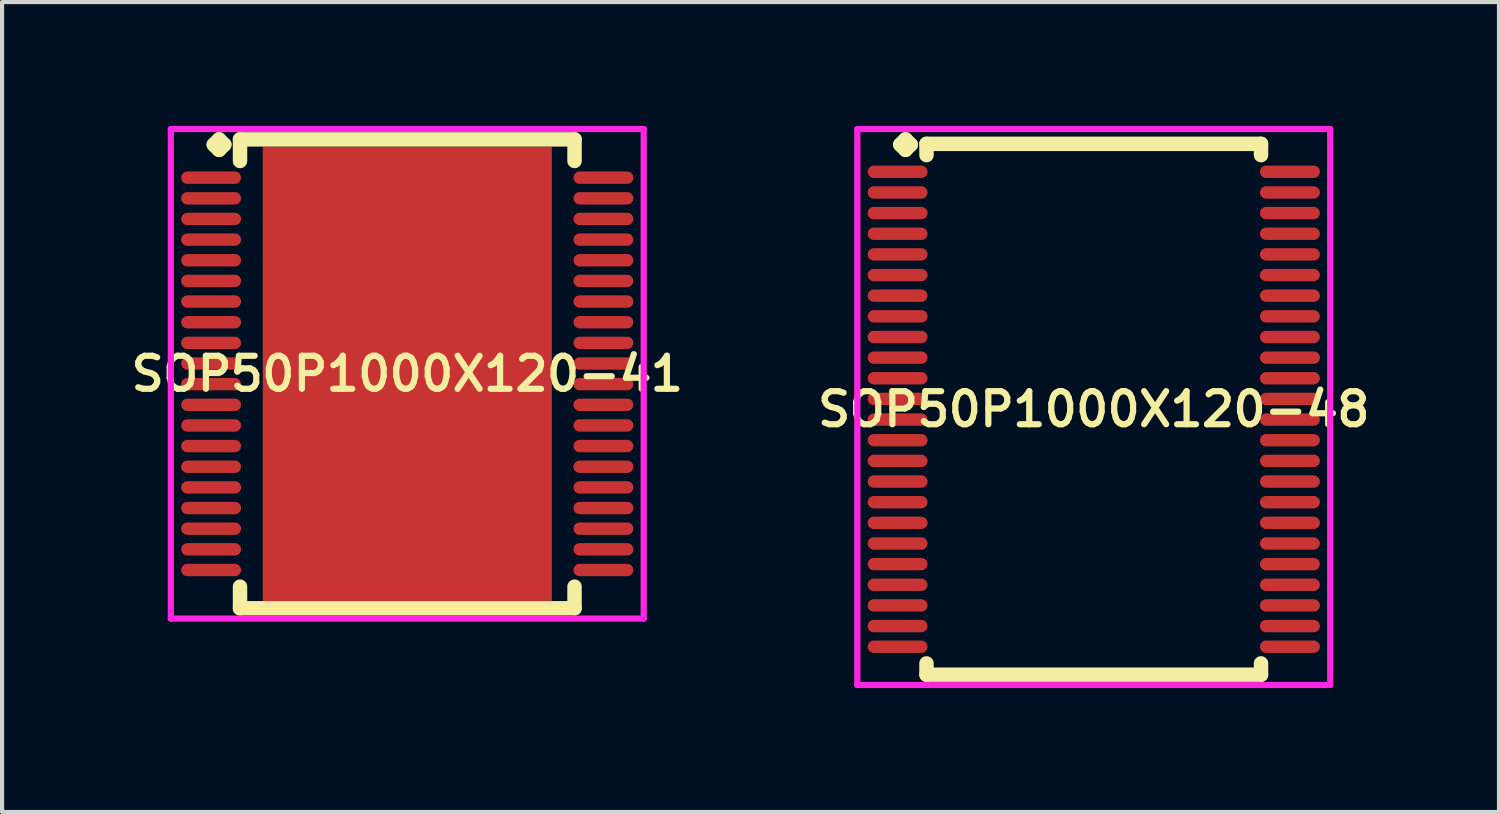
<source format=kicad_pcb>
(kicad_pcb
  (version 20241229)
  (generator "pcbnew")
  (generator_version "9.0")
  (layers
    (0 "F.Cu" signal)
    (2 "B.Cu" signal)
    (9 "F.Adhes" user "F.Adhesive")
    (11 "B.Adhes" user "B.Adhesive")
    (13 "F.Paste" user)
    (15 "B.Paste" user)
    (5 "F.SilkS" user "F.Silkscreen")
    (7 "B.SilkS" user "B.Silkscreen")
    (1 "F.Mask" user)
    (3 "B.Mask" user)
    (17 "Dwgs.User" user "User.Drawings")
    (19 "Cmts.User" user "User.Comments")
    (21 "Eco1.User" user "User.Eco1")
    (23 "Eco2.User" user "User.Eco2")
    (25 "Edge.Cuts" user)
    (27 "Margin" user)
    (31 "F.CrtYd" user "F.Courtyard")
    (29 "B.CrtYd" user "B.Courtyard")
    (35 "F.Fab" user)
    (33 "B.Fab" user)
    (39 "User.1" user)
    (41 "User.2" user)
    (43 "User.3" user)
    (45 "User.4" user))
  (footprint "SOP50P1000X120-48"
    (layer "F.Cu")
    (at 23.435 6.86)
    (property "Reference" "SOP50P1000X120-48" (at 0 0 0) (layer "F.SilkS") (effects (font (size 0.8 0.8) (thickness 0.15))))
    (attr smd)
    (fp_line (start -4.685 -6.408) (end -4.558 -6.535) (stroke (width 0.35) (type solid)) (layer "F.SilkS"))
    (fp_line (start -4.558 -6.535) (end -4.431 -6.408) (stroke (width 0.35) (type solid)) (layer "F.SilkS"))
    (fp_line (start -4.558 -6.281) (end -4.685 -6.408) (stroke (width 0.35) (type solid)) (layer "F.SilkS"))
    (fp_line (start -4.431 -6.408) (end -4.558 -6.281) (stroke (width 0.35) (type solid)) (layer "F.SilkS"))
    (fp_line (start -4.05 -6.427) (end 4.05 -6.427) (stroke (width 0.35) (type solid)) (layer "F.SilkS"))
    (fp_line (start -4.05 -6.154) (end -4.05 -6.427) (stroke (width 0.35) (type solid)) (layer "F.SilkS"))
    (fp_line (start -4.05 6.154) (end -4.05 6.427) (stroke (width 0.35) (type solid)) (layer "F.SilkS"))
    (fp_line (start -4.05 6.427) (end 4.05 6.427) (stroke (width 0.35) (type solid)) (layer "F.SilkS"))
    (fp_line (start 4.05 -6.427) (end 4.05 -6.154) (stroke (width 0.35) (type solid)) (layer "F.SilkS"))
    (fp_line (start 4.05 6.427) (end 4.05 6.154) (stroke (width 0.35) (type solid)) (layer "F.SilkS"))
    (fp_line (start -5.725 -6.785) (end 5.725 -6.785) (stroke (width 0.15) (type solid)) (layer "F.CrtYd"))
    (fp_line (start -5.725 6.677) (end -5.725 -6.785) (stroke (width 0.15) (type solid)) (layer "F.CrtYd"))
    (fp_line (start 5.725 -6.785) (end 5.725 6.677) (stroke (width 0.15) (type solid)) (layer "F.CrtYd"))
    (fp_line (start 5.725 6.677) (end -5.725 6.677) (stroke (width 0.15) (type solid)) (layer "F.CrtYd"))
    (pad "1" smd oval (at -4.75 -5.75) (size 1.45 0.3) (layers "F.Cu" "F.Mask" "F.Paste"))
    (pad "2" smd oval (at -4.75 -5.25) (size 1.45 0.3) (layers "F.Cu" "F.Mask" "F.Paste"))
    (pad "3" smd oval (at -4.75 -4.75) (size 1.45 0.3) (layers "F.Cu" "F.Mask" "F.Paste"))
    (pad "4" smd oval (at -4.75 -4.25) (size 1.45 0.3) (layers "F.Cu" "F.Mask" "F.Paste"))
    (pad "5" smd oval (at -4.75 -3.75) (size 1.45 0.3) (layers "F.Cu" "F.Mask" "F.Paste"))
    (pad "6" smd oval (at -4.75 -3.25) (size 1.45 0.3) (layers "F.Cu" "F.Mask" "F.Paste"))
    (pad "7" smd oval (at -4.75 -2.75) (size 1.45 0.3) (layers "F.Cu" "F.Mask" "F.Paste"))
    (pad "8" smd oval (at -4.75 -2.25) (size 1.45 0.3) (layers "F.Cu" "F.Mask" "F.Paste"))
    (pad "9" smd oval (at -4.75 -1.75) (size 1.45 0.3) (layers "F.Cu" "F.Mask" "F.Paste"))
    (pad "10" smd oval (at -4.75 -1.25) (size 1.45 0.3) (layers "F.Cu" "F.Mask" "F.Paste"))
    (pad "11" smd oval (at -4.75 -0.75) (size 1.45 0.3) (layers "F.Cu" "F.Mask" "F.Paste"))
    (pad "12" smd oval (at -4.75 -0.25) (size 1.45 0.3) (layers "F.Cu" "F.Mask" "F.Paste"))
    (pad "13" smd oval (at -4.75 0.25) (size 1.45 0.3) (layers "F.Cu" "F.Mask" "F.Paste"))
    (pad "14" smd oval (at -4.75 0.75) (size 1.45 0.3) (layers "F.Cu" "F.Mask" "F.Paste"))
    (pad "15" smd oval (at -4.75 1.25) (size 1.45 0.3) (layers "F.Cu" "F.Mask" "F.Paste"))
    (pad "16" smd oval (at -4.75 1.75) (size 1.45 0.3) (layers "F.Cu" "F.Mask" "F.Paste"))
    (pad "17" smd oval (at -4.75 2.25) (size 1.45 0.3) (layers "F.Cu" "F.Mask" "F.Paste"))
    (pad "18" smd oval (at -4.75 2.75) (size 1.45 0.3) (layers "F.Cu" "F.Mask" "F.Paste"))
    (pad "19" smd oval (at -4.75 3.25) (size 1.45 0.3) (layers "F.Cu" "F.Mask" "F.Paste"))
    (pad "20" smd oval (at -4.75 3.75) (size 1.45 0.3) (layers "F.Cu" "F.Mask" "F.Paste"))
    (pad "21" smd oval (at -4.75 4.25) (size 1.45 0.3) (layers "F.Cu" "F.Mask" "F.Paste"))
    (pad "22" smd oval (at -4.75 4.75) (size 1.45 0.3) (layers "F.Cu" "F.Mask" "F.Paste"))
    (pad "23" smd oval (at -4.75 5.25) (size 1.45 0.3) (layers "F.Cu" "F.Mask" "F.Paste"))
    (pad "24" smd oval (at -4.75 5.75) (size 1.45 0.3) (layers "F.Cu" "F.Mask" "F.Paste"))
    (pad "25" smd oval (at 4.75 5.75) (size 1.45 0.3) (layers "F.Cu" "F.Mask" "F.Paste"))
    (pad "26" smd oval (at 4.75 5.25) (size 1.45 0.3) (layers "F.Cu" "F.Mask" "F.Paste"))
    (pad "27" smd oval (at 4.75 4.75) (size 1.45 0.3) (layers "F.Cu" "F.Mask" "F.Paste"))
    (pad "28" smd oval (at 4.75 4.25) (size 1.45 0.3) (layers "F.Cu" "F.Mask" "F.Paste"))
    (pad "29" smd oval (at 4.75 3.75) (size 1.45 0.3) (layers "F.Cu" "F.Mask" "F.Paste"))
    (pad "30" smd oval (at 4.75 3.25) (size 1.45 0.3) (layers "F.Cu" "F.Mask" "F.Paste"))
    (pad "31" smd oval (at 4.75 2.75) (size 1.45 0.3) (layers "F.Cu" "F.Mask" "F.Paste"))
    (pad "32" smd oval (at 4.75 2.25) (size 1.45 0.3) (layers "F.Cu" "F.Mask" "F.Paste"))
    (pad "33" smd oval (at 4.75 1.75) (size 1.45 0.3) (layers "F.Cu" "F.Mask" "F.Paste"))
    (pad "34" smd oval (at 4.75 1.25) (size 1.45 0.3) (layers "F.Cu" "F.Mask" "F.Paste"))
    (pad "35" smd oval (at 4.75 0.75) (size 1.45 0.3) (layers "F.Cu" "F.Mask" "F.Paste"))
    (pad "36" smd oval (at 4.75 0.25) (size 1.45 0.3) (layers "F.Cu" "F.Mask" "F.Paste"))
    (pad "37" smd oval (at 4.75 -0.25) (size 1.45 0.3) (layers "F.Cu" "F.Mask" "F.Paste"))
    (pad "38" smd oval (at 4.75 -0.75) (size 1.45 0.3) (layers "F.Cu" "F.Mask" "F.Paste"))
    (pad "39" smd oval (at 4.75 -1.25) (size 1.45 0.3) (layers "F.Cu" "F.Mask" "F.Paste"))
    (pad "40" smd oval (at 4.75 -1.75) (size 1.45 0.3) (layers "F.Cu" "F.Mask" "F.Paste"))
    (pad "41" smd oval (at 4.75 -2.25) (size 1.45 0.3) (layers "F.Cu" "F.Mask" "F.Paste"))
    (pad "42" smd oval (at 4.75 -2.75) (size 1.45 0.3) (layers "F.Cu" "F.Mask" "F.Paste"))
    (pad "43" smd oval (at 4.75 -3.25) (size 1.45 0.3) (layers "F.Cu" "F.Mask" "F.Paste"))
    (pad "44" smd oval (at 4.75 -3.75) (size 1.45 0.3) (layers "F.Cu" "F.Mask" "F.Paste"))
    (pad "45" smd oval (at 4.75 -4.25) (size 1.45 0.3) (layers "F.Cu" "F.Mask" "F.Paste"))
    (pad "46" smd oval (at 4.75 -4.75) (size 1.45 0.3) (layers "F.Cu" "F.Mask" "F.Paste"))
    (pad "47" smd oval (at 4.75 -5.25) (size 1.45 0.3) (layers "F.Cu" "F.Mask" "F.Paste"))
    (pad "48" smd oval (at 4.75 -5.75) (size 1.45 0.3) (layers "F.Cu" "F.Mask" "F.Paste")))
  (footprint "SOP50P1000X120-41"
    (layer "F.Cu")
    (at 6.812 6.002)
    (property "Reference" "SOP50P1000X120-41" (at 0 0 0) (layer "F.SilkS") (effects (font (size 0.8 0.8) (thickness 0.15))))
    (attr smd)
    (fp_line (start -4.685 -5.55) (end -4.558 -5.677) (stroke (width 0.35) (type solid)) (layer "F.SilkS"))
    (fp_line (start -4.558 -5.677) (end -4.431 -5.55) (stroke (width 0.35) (type solid)) (layer "F.SilkS"))
    (fp_line (start -4.558 -5.423) (end -4.685 -5.55) (stroke (width 0.35) (type solid)) (layer "F.SilkS"))
    (fp_line (start -4.431 -5.55) (end -4.558 -5.423) (stroke (width 0.35) (type solid)) (layer "F.SilkS"))
    (fp_line (start -4.05 -5.677) (end 4.05 -5.677) (stroke (width 0.35) (type solid)) (layer "F.SilkS"))
    (fp_line (start -4.05 -5.154) (end -4.05 -5.677) (stroke (width 0.35) (type solid)) (layer "F.SilkS"))
    (fp_line (start -4.05 5.154) (end -4.05 5.677) (stroke (width 0.35) (type solid)) (layer "F.SilkS"))
    (fp_line (start -4.05 5.677) (end 4.05 5.677) (stroke (width 0.35) (type solid)) (layer "F.SilkS"))
    (fp_line (start 4.05 -5.677) (end 4.05 -5.154) (stroke (width 0.35) (type solid)) (layer "F.SilkS"))
    (fp_line (start 4.05 5.677) (end 4.05 5.154) (stroke (width 0.35) (type solid)) (layer "F.SilkS"))
    (fp_line (start -5.725 -5.927) (end 5.725 -5.927) (stroke (width 0.15) (type solid)) (layer "F.CrtYd"))
    (fp_line (start -5.725 5.927) (end -5.725 -5.927) (stroke (width 0.15) (type solid)) (layer "F.CrtYd"))
    (fp_line (start 5.725 -5.927) (end 5.725 5.927) (stroke (width 0.15) (type solid)) (layer "F.CrtYd"))
    (fp_line (start 5.725 5.927) (end -5.725 5.927) (stroke (width 0.15) (type solid)) (layer "F.CrtYd"))
    (pad "1" smd oval (at -4.75 -4.75) (size 1.45 0.3) (layers "F.Cu" "F.Mask" "F.Paste"))
    (pad "2" smd oval (at -4.75 -4.25) (size 1.45 0.3) (layers "F.Cu" "F.Mask" "F.Paste"))
    (pad "3" smd oval (at -4.75 -3.75) (size 1.45 0.3) (layers "F.Cu" "F.Mask" "F.Paste"))
    (pad "4" smd oval (at -4.75 -3.25) (size 1.45 0.3) (layers "F.Cu" "F.Mask" "F.Paste"))
    (pad "5" smd oval (at -4.75 -2.75) (size 1.45 0.3) (layers "F.Cu" "F.Mask" "F.Paste"))
    (pad "6" smd oval (at -4.75 -2.25) (size 1.45 0.3) (layers "F.Cu" "F.Mask" "F.Paste"))
    (pad "7" smd oval (at -4.75 -1.75) (size 1.45 0.3) (layers "F.Cu" "F.Mask" "F.Paste"))
    (pad "8" smd oval (at -4.75 -1.25) (size 1.45 0.3) (layers "F.Cu" "F.Mask" "F.Paste"))
    (pad "9" smd oval (at -4.75 -0.75) (size 1.45 0.3) (layers "F.Cu" "F.Mask" "F.Paste"))
    (pad "10" smd oval (at -4.75 -0.25) (size 1.45 0.3) (layers "F.Cu" "F.Mask" "F.Paste"))
    (pad "11" smd oval (at -4.75 0.25) (size 1.45 0.3) (layers "F.Cu" "F.Mask" "F.Paste"))
    (pad "12" smd oval (at -4.75 0.75) (size 1.45 0.3) (layers "F.Cu" "F.Mask" "F.Paste"))
    (pad "13" smd oval (at -4.75 1.25) (size 1.45 0.3) (layers "F.Cu" "F.Mask" "F.Paste"))
    (pad "14" smd oval (at -4.75 1.75) (size 1.45 0.3) (layers "F.Cu" "F.Mask" "F.Paste"))
    (pad "15" smd oval (at -4.75 2.25) (size 1.45 0.3) (layers "F.Cu" "F.Mask" "F.Paste"))
    (pad "16" smd oval (at -4.75 2.75) (size 1.45 0.3) (layers "F.Cu" "F.Mask" "F.Paste"))
    (pad "17" smd oval (at -4.75 3.25) (size 1.45 0.3) (layers "F.Cu" "F.Mask" "F.Paste"))
    (pad "18" smd oval (at -4.75 3.75) (size 1.45 0.3) (layers "F.Cu" "F.Mask" "F.Paste"))
    (pad "19" smd oval (at -4.75 4.25) (size 1.45 0.3) (layers "F.Cu" "F.Mask" "F.Paste"))
    (pad "20" smd oval (at -4.75 4.75) (size 1.45 0.3) (layers "F.Cu" "F.Mask" "F.Paste"))
    (pad "21" smd oval (at 4.75 4.75) (size 1.45 0.3) (layers "F.Cu" "F.Mask" "F.Paste"))
    (pad "22" smd oval (at 4.75 4.25) (size 1.45 0.3) (layers "F.Cu" "F.Mask" "F.Paste"))
    (pad "23" smd oval (at 4.75 3.75) (size 1.45 0.3) (layers "F.Cu" "F.Mask" "F.Paste"))
    (pad "24" smd oval (at 4.75 3.25) (size 1.45 0.3) (layers "F.Cu" "F.Mask" "F.Paste"))
    (pad "25" smd oval (at 4.75 2.75) (size 1.45 0.3) (layers "F.Cu" "F.Mask" "F.Paste"))
    (pad "26" smd oval (at 4.75 2.25) (size 1.45 0.3) (layers "F.Cu" "F.Mask" "F.Paste"))
    (pad "27" smd oval (at 4.75 1.75) (size 1.45 0.3) (layers "F.Cu" "F.Mask" "F.Paste"))
    (pad "28" smd oval (at 4.75 1.25) (size 1.45 0.3) (layers "F.Cu" "F.Mask" "F.Paste"))
    (pad "29" smd oval (at 4.75 0.75) (size 1.45 0.3) (layers "F.Cu" "F.Mask" "F.Paste"))
    (pad "30" smd oval (at 4.75 0.25) (size 1.45 0.3) (layers "F.Cu" "F.Mask" "F.Paste"))
    (pad "31" smd oval (at 4.75 -0.25) (size 1.45 0.3) (layers "F.Cu" "F.Mask" "F.Paste"))
    (pad "32" smd oval (at 4.75 -0.75) (size 1.45 0.3) (layers "F.Cu" "F.Mask" "F.Paste"))
    (pad "33" smd oval (at 4.75 -1.25) (size 1.45 0.3) (layers "F.Cu" "F.Mask" "F.Paste"))
    (pad "34" smd oval (at 4.75 -1.75) (size 1.45 0.3) (layers "F.Cu" "F.Mask" "F.Paste"))
    (pad "35" smd oval (at 4.75 -2.25) (size 1.45 0.3) (layers "F.Cu" "F.Mask" "F.Paste"))
    (pad "36" smd oval (at 4.75 -2.75) (size 1.45 0.3) (layers "F.Cu" "F.Mask" "F.Paste"))
    (pad "37" smd oval (at 4.75 -3.25) (size 1.45 0.3) (layers "F.Cu" "F.Mask" "F.Paste"))
    (pad "38" smd oval (at 4.75 -3.75) (size 1.45 0.3) (layers "F.Cu" "F.Mask" "F.Paste"))
    (pad "39" smd oval (at 4.75 -4.25) (size 1.45 0.3) (layers "F.Cu" "F.Mask" "F.Paste"))
    (pad "40" smd oval (at 4.75 -4.75) (size 1.45 0.3) (layers "F.Cu" "F.Mask" "F.Paste"))
    (pad "41" smd rect (at 0 0) (size 7 11) (layers "F.Cu" "F.Mask" "F.Paste")))
  (gr_rect
    (start -3 -3)
    (end 33.247 16.612)
    (stroke (width 0.1) (type default))
    (fill no)
    (layer "Edge.Cuts")))
</source>
